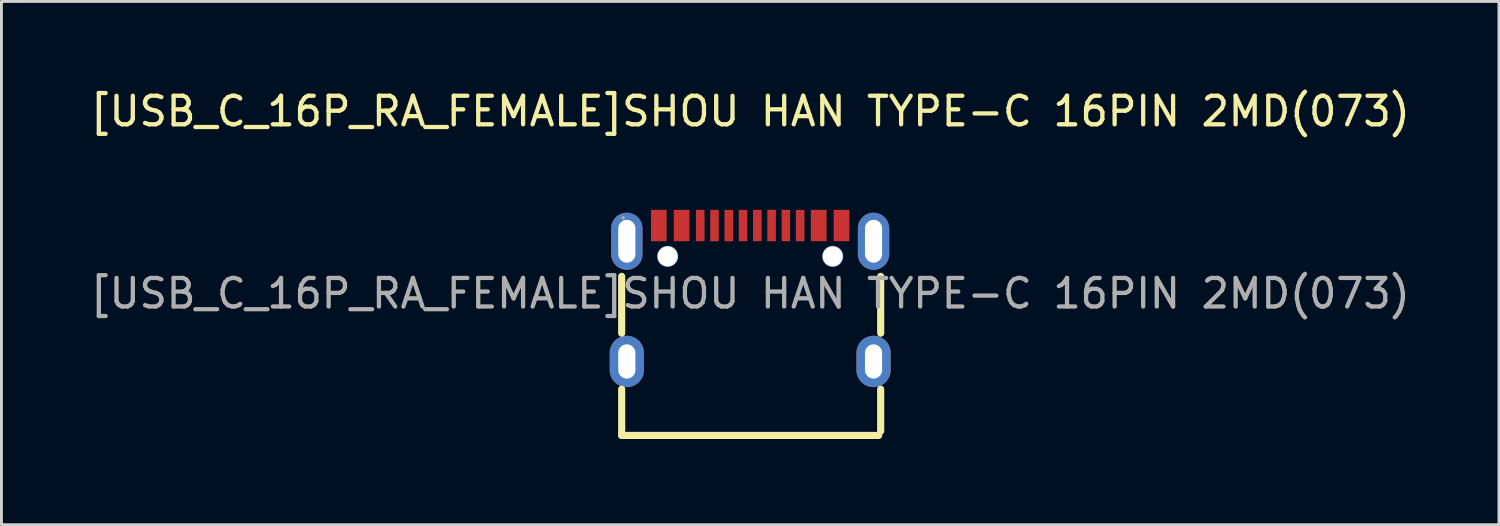
<source format=kicad_pcb>
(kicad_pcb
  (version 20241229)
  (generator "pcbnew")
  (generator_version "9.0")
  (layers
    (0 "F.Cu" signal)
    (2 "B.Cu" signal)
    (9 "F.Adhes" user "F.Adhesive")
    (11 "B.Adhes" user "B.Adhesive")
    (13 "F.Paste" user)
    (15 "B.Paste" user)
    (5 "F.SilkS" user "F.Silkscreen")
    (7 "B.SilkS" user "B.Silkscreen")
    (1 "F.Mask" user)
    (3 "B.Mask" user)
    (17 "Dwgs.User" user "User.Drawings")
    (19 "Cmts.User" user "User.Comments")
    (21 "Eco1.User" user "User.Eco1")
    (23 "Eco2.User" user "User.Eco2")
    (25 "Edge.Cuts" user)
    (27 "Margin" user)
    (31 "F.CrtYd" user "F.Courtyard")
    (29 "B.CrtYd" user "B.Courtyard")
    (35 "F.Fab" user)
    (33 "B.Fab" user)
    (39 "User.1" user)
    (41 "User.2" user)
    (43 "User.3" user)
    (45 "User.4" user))
  (footprint "[USB_C_16P_RA_FEMALE]SHOU HAN TYPE-C 16PIN 2MD(073)"
    (layer "F.Cu")
    (at 23.22 7.228)
    (property "Reference" "[USB_C_16P_RA_FEMALE]SHOU HAN TYPE-C 16PIN 2MD(073)" (at 0 -6.38 0) (layer "F.SilkS") (effects (font (size 1 1) (thickness 0.15))))
    (attr smd)
    (fp_line (start -4.5 1.39) (end -4.5 -0.6) (stroke (width 0.25) (type solid)) (layer "F.SilkS"))
    (fp_line (start -4.5 4.97) (end -4.5 3.35) (stroke (width 0.25) (type solid)) (layer "F.SilkS"))
    (fp_line (start 4.5 4.97) (end -4.5 4.97) (stroke (width 0.25) (type solid)) (layer "F.SilkS"))
    (fp_line (start 4.57 1.39) (end 4.57 -0.6) (stroke (width 0.25) (type solid)) (layer "F.SilkS"))
    (fp_line (start 4.57 4.82) (end 4.57 3.35) (stroke (width 0.25) (type solid)) (layer "F.SilkS"))
    (fp_circle (center -2.89 -1.3) (end -2.77 -1.3) (stroke (width 0.25) (type solid)) (fill no) (layer "Cmts.User"))
    (fp_circle (center 2.89 -1.3) (end 3.01 -1.3) (stroke (width 0.25) (type solid)) (fill no) (layer "Cmts.User"))
    (fp_circle (center -4.45 -2.65) (end -4.42 -2.65) (stroke (width 0.06) (type solid)) (fill no) (layer "F.Fab"))
    (fp_text user "${REFERENCE}" (at 0 0 0) (layer "F.Fab") (effects (font (size 1 1) (thickness 0.15))))
    (pad "" thru_hole circle (at -2.89 -1.3) (size 0.7 0.7) (drill 0.7) (layers "*.Cu" "*.Mask"))
    (pad "" thru_hole circle (at 2.89 -1.3) (size 0.7 0.7) (drill 0.7) (layers "*.Cu" "*.Mask"))
    (pad "1" smd rect (at -3.2 -2.38) (size 0.55 1.1) (layers "F.Cu" "F.Mask" "F.Paste"))
    (pad "2" smd rect (at -2.4 -2.38) (size 0.55 1.1) (layers "F.Cu" "F.Mask" "F.Paste"))
    (pad "3" smd rect (at -1.75 -2.38) (size 0.3 1.1) (layers "F.Cu" "F.Mask" "F.Paste"))
    (pad "4" smd rect (at -1.25 -2.38) (size 0.3 1.1) (layers "F.Cu" "F.Mask" "F.Paste"))
    (pad "5" smd rect (at -0.75 -2.38) (size 0.3 1.1) (layers "F.Cu" "F.Mask" "F.Paste"))
    (pad "6" smd rect (at -0.25 -2.38) (size 0.3 1.1) (layers "F.Cu" "F.Mask" "F.Paste"))
    (pad "7" smd rect (at 0.25 -2.38) (size 0.3 1.1) (layers "F.Cu" "F.Mask" "F.Paste"))
    (pad "8" smd rect (at 0.75 -2.38) (size 0.3 1.1) (layers "F.Cu" "F.Mask" "F.Paste"))
    (pad "9" smd rect (at 1.25 -2.38) (size 0.3 1.1) (layers "F.Cu" "F.Mask" "F.Paste"))
    (pad "10" smd rect (at 1.75 -2.38) (size 0.3 1.1) (layers "F.Cu" "F.Mask" "F.Paste"))
    (pad "11" smd rect (at 2.4 -2.38) (size 0.55 1.1) (layers "F.Cu" "F.Mask" "F.Paste"))
    (pad "12" smd rect (at 3.2 -2.38) (size 0.55 1.1) (layers "F.Cu" "F.Mask" "F.Paste"))
    (pad "13" thru_hole oval (at -4.32 -1.83) (size 1.1 2) (drill oval 0.6 1.5) (layers "*.Cu" "*.Mask"))
    (pad "13" thru_hole oval (at -4.32 2.38) (size 1.2 1.8) (drill oval 0.6 1.2) (layers "*.Cu" "*.Mask"))
    (pad "14" thru_hole oval (at 4.32 -1.83) (size 1.1 2) (drill oval 0.6 1.5) (layers "*.Cu" "*.Mask"))
    (pad "14" thru_hole oval (at 4.32 2.38) (size 1.2 1.8) (drill oval 0.6 1.2) (layers "*.Cu" "*.Mask")))
  (gr_rect
    (start -3 -3)
    (end 49.44 15.323)
    (stroke (width 0.1) (type default))
    (fill no)
    (layer "Edge.Cuts")))
</source>
